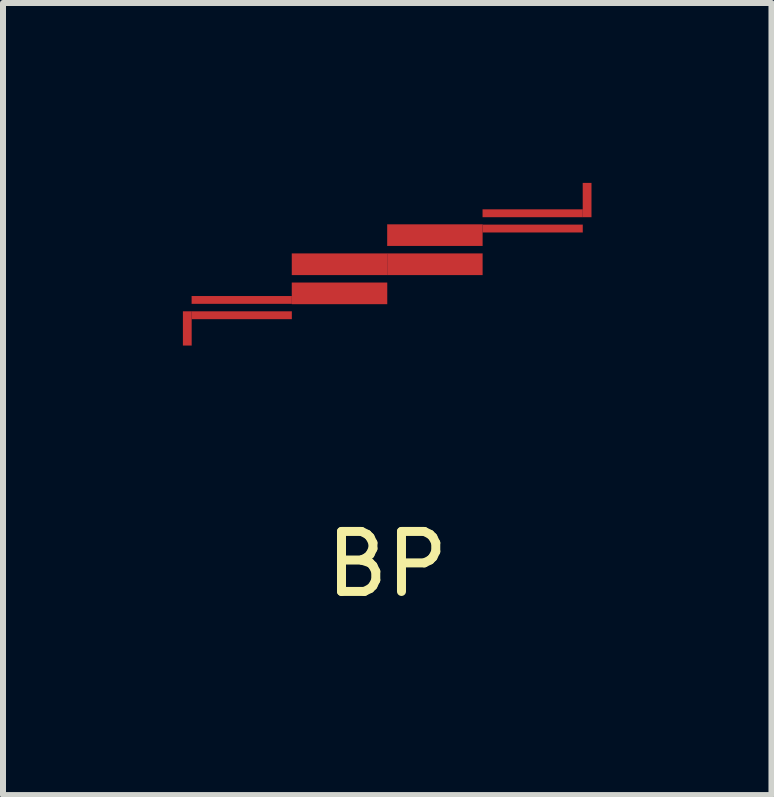
<source format=kicad_pcb>
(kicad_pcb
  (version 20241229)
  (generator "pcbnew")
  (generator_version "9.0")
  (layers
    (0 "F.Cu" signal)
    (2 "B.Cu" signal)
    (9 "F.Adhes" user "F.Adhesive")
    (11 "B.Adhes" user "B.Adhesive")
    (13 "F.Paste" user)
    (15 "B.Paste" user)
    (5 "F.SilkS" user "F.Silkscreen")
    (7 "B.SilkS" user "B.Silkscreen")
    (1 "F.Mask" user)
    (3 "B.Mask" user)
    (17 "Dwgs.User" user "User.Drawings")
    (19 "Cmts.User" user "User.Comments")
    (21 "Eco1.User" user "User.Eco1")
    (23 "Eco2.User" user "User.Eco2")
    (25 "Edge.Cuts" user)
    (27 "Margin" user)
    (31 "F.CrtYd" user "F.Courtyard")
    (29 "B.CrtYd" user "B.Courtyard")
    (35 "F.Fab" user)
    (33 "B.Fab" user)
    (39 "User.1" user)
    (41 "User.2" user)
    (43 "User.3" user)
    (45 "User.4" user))
  (footprint "BP"
    (layer "F.Cu")
    (at 3.405 1.355)
    (property "Reference" "BP" (at 0 5 0) (layer "F.SilkS") (effects (font (size 1 1) (thickness 0.15))))
    (attr through_hole)
    (fp_poly (pts (xy -3.405 0.785) (xy -3.26 0.785) (xy -3.26 1.355) (xy -3.405 1.355) (xy -3.405 0.785)) (stroke (width 0.001) (type solid)) (fill yes) (layer "F.Cu"))
    (fp_poly (pts (xy -3.26 0.53) (xy -1.59 0.53) (xy -1.59 0.66) (xy -3.26 0.66) (xy -3.26 0.53)) (stroke (width 0.001) (type solid)) (fill yes) (layer "F.Cu"))
    (fp_poly (pts (xy -3.26 0.785) (xy -1.59 0.785) (xy -1.59 0.915) (xy -3.26 0.915) (xy -3.26 0.785)) (stroke (width 0.001) (type solid)) (fill yes) (layer "F.Cu"))
    (fp_poly (pts (xy -1.59 -0.18) (xy 0 -0.18) (xy 0 0.18) (xy -1.59 0.18) (xy -1.59 -0.18)) (stroke (width 0.001) (type solid)) (fill yes) (layer "F.Cu"))
    (fp_poly (pts (xy -1.59 0.305) (xy 0 0.305) (xy 0 0.665) (xy -1.59 0.665) (xy -1.59 0.305)) (stroke (width 0.001) (type solid)) (fill yes) (layer "F.Cu"))
    (fp_poly (pts (xy 0 -0.665) (xy 1.59 -0.665) (xy 1.59 -0.305) (xy 0 -0.305) (xy 0 -0.665)) (stroke (width 0.001) (type solid)) (fill yes) (layer "F.Cu"))
    (fp_poly (pts (xy 0 -0.18) (xy 1.59 -0.18) (xy 1.59 0.18) (xy 0 0.18) (xy 0 -0.18)) (stroke (width 0.001) (type solid)) (fill yes) (layer "F.Cu"))
    (fp_poly (pts (xy 1.59 -0.915) (xy 3.26 -0.915) (xy 3.26 -0.785) (xy 1.59 -0.785) (xy 1.59 -0.915)) (stroke (width 0.001) (type solid)) (fill yes) (layer "F.Cu"))
    (fp_poly (pts (xy 1.59 -0.66) (xy 3.26 -0.66) (xy 3.26 -0.53) (xy 1.59 -0.53) (xy 1.59 -0.66)) (stroke (width 0.001) (type solid)) (fill yes) (layer "F.Cu"))
    (fp_poly (pts (xy 3.26 -1.355) (xy 3.405 -1.355) (xy 3.405 -0.785) (xy 3.26 -0.785) (xy 3.26 -1.355)) (stroke (width 0.001) (type solid)) (fill yes) (layer "F.Cu")))
  (gr_rect
    (start -3 -3)
    (end 9.811 10.204)
    (stroke (width 0.1) (type default))
    (fill no)
    (layer "Edge.Cuts")))
</source>
